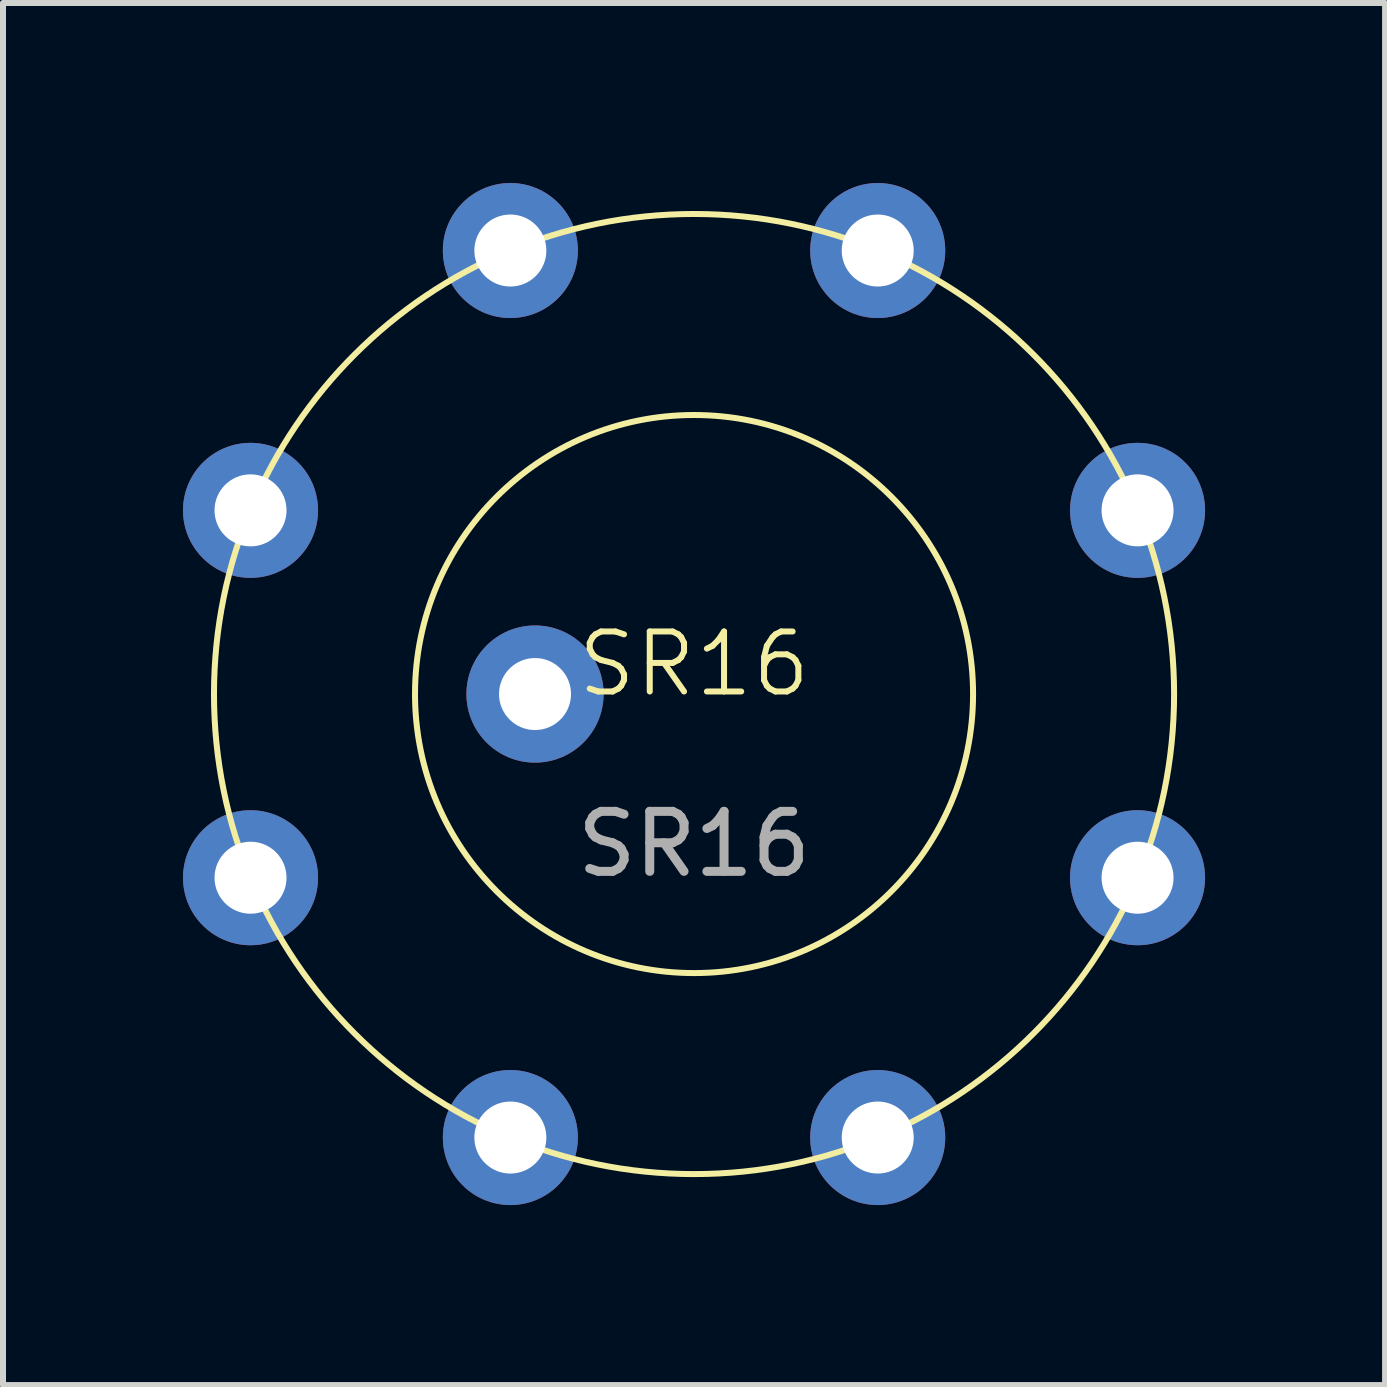
<source format=kicad_pcb>
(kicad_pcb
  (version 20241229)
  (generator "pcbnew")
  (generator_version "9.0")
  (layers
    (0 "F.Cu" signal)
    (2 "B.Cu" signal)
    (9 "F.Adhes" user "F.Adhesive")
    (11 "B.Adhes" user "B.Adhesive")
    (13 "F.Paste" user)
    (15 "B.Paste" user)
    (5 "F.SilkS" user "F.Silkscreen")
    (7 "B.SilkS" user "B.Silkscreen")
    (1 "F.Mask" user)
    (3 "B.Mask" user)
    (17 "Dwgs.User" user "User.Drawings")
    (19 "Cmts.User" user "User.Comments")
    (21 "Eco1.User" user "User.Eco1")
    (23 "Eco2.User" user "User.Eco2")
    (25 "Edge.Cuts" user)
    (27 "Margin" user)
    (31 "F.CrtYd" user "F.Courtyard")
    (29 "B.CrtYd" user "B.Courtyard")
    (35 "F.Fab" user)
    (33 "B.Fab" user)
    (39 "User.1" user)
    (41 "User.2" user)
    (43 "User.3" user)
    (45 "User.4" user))
  (footprint "SR16"
    (layer "F.Cu")
    (at 8.516 8.516)
    (property "Reference" "SR16" (at 0 -0.5 0) (unlocked yes) (layer "F.SilkS") (effects (font (size 1 1) (thickness 0.1))))
    (attr smd)
    (fp_circle (center 0 0) (end 4.65 0) (stroke (width 0.1) (type default)) (fill no) (layer "F.SilkS"))
    (fp_circle (center 0 0) (end 8 0) (stroke (width 0.1) (type default)) (fill no) (layer "F.SilkS"))
    (fp_text user "${REFERENCE}" (at 0 2.5 0) (unlocked yes) (layer "F.Fab") (effects (font (size 1 1) (thickness 0.15))))
    (pad "1" thru_hole circle (at -3.061 7.391) (size 2.25 2.25) (drill 1.2) (layers "*.Cu" "*.Mask"))
    (pad "2" thru_hole circle (at -7.391 3.061) (size 2.25 2.25) (drill 1.2) (layers "*.Cu" "*.Mask"))
    (pad "3" thru_hole circle (at -7.391 -3.061) (size 2.25 2.25) (drill 1.2) (layers "*.Cu" "*.Mask"))
    (pad "4" thru_hole circle (at -3.061 -7.391) (size 2.25 2.25) (drill 1.2) (layers "*.Cu" "*.Mask"))
    (pad "5" thru_hole circle (at 3.061 -7.391) (size 2.25 2.25) (drill 1.2) (layers "*.Cu" "*.Mask"))
    (pad "6" thru_hole circle (at 7.391 -3.061) (size 2.25 2.25) (drill 1.2) (layers "*.Cu" "*.Mask"))
    (pad "7" thru_hole circle (at 7.391 3.061) (size 2.25 2.25) (drill 1.2) (layers "*.Cu" "*.Mask"))
    (pad "8" thru_hole circle (at 3.061 7.391) (size 2.25 2.25) (drill 1.2) (layers "*.Cu" "*.Mask"))
    (pad "9" thru_hole circle (at -2.65 0) (size 2.286 2.286) (drill 1.2) (layers "*.Cu" "*.Mask")))
  (gr_rect
    (start -3 -3)
    (end 20.032 20.032)
    (stroke (width 0.1) (type default))
    (fill no)
    (layer "Edge.Cuts")))
</source>
